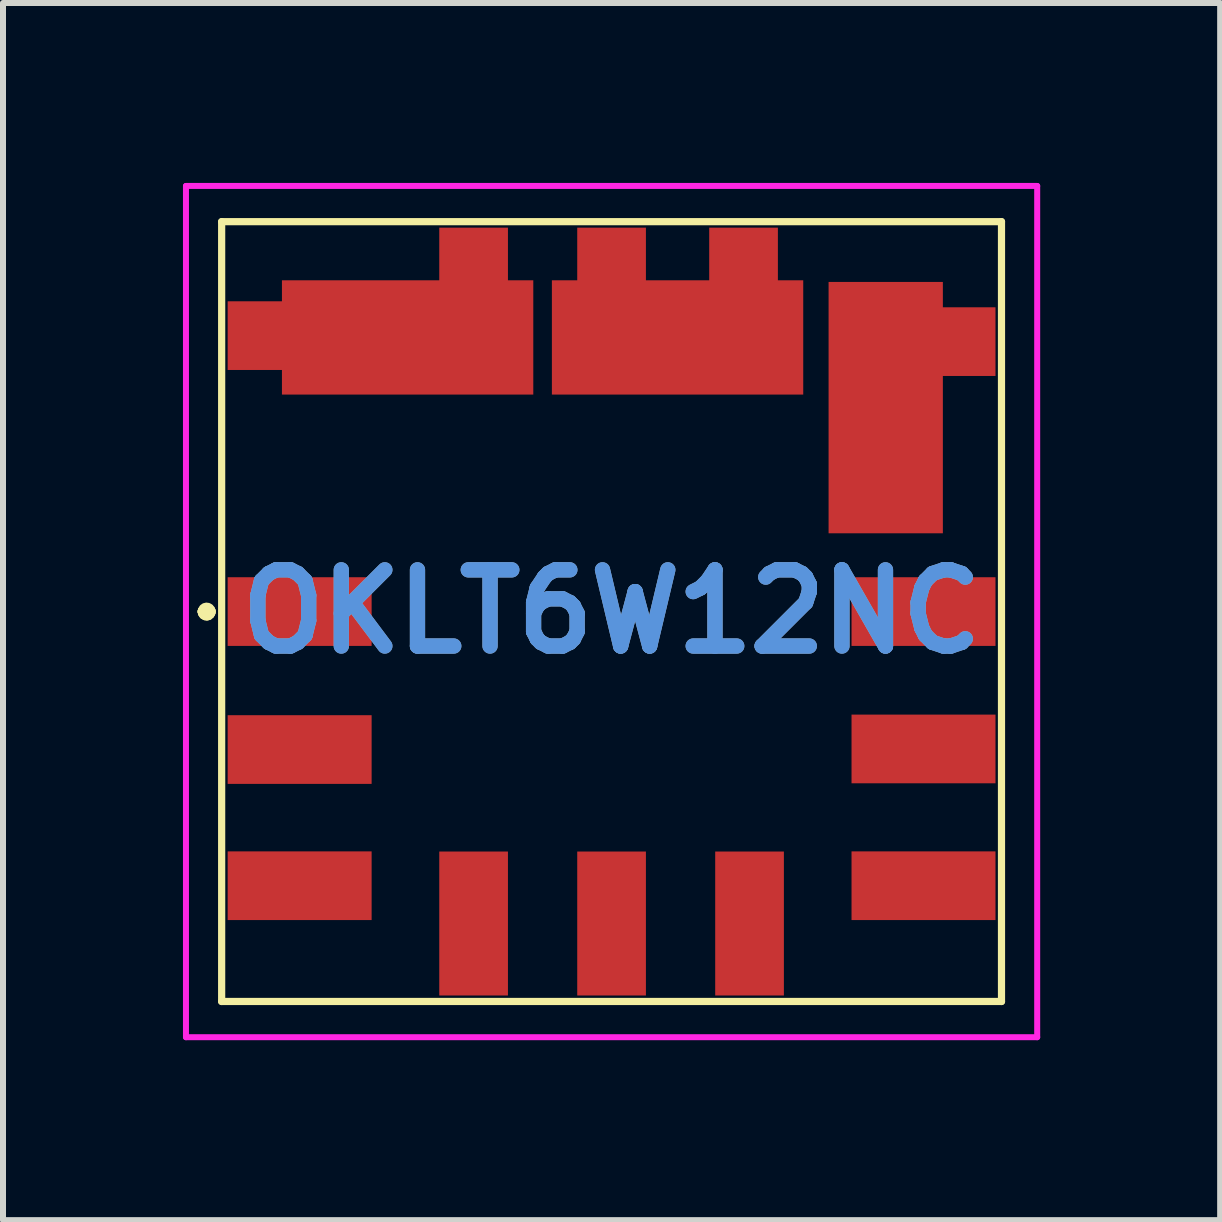
<source format=kicad_pcb>
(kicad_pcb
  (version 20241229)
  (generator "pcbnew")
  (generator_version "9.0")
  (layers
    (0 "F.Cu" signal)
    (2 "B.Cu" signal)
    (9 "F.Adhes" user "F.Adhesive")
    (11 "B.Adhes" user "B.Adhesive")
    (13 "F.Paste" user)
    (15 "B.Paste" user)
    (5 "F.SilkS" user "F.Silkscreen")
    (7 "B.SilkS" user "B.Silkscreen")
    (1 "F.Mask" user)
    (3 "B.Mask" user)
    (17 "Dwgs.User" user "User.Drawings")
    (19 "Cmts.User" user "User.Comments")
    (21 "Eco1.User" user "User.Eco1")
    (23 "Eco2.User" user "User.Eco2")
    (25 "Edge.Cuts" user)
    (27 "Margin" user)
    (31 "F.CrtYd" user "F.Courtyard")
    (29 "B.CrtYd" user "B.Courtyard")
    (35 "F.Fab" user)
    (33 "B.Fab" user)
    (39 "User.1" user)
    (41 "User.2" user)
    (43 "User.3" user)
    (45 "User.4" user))
  (footprint "OKLT6W12NC"
    (layer "F.Cu")
    (at 7.145 7.145)
    (property "Reference" "OKLT6W12NC" (at 0 0 0) (layer "Cmts.User") (effects (font (size 1.27 1.27) (thickness 0.254))))
    (attr smd)
    (fp_line (start -6.8 0) (end -6.8 0) (stroke (width 0.2) (type solid)) (layer "F.SilkS"))
    (fp_line (start -6.8 0) (end -6.8 0) (stroke (width 0.2) (type solid)) (layer "F.SilkS"))
    (fp_line (start -6.7 0) (end -6.7 0) (stroke (width 0.2) (type solid)) (layer "F.SilkS"))
    (fp_line (start -6.5 -6.5) (end -6.5 6.5) (stroke (width 0.12) (type solid)) (layer "F.SilkS"))
    (fp_line (start -6.5 6.5) (end 6.5 6.5) (stroke (width 0.12) (type solid)) (layer "F.SilkS"))
    (fp_line (start 6.5 -6.5) (end -6.5 -6.5) (stroke (width 0.12) (type solid)) (layer "F.SilkS"))
    (fp_line (start 6.5 6.5) (end 6.5 -6.5) (stroke (width 0.12) (type solid)) (layer "F.SilkS"))
    (fp_arc (start -6.8 0) (mid -6.75 -0.05) (end -6.7 0) (stroke (width 0.2) (type solid)) (layer "F.SilkS"))
    (fp_arc (start -6.7 0) (mid -6.75 0.05) (end -6.8 0) (stroke (width 0.2) (type solid)) (layer "F.SilkS"))
    (fp_arc (start -6.7 0) (mid -6.75 0.05) (end -6.8 0) (stroke (width 0.2) (type solid)) (layer "F.SilkS"))
    (fp_line (start -7.095 -7.095) (end 7.095 -7.095) (stroke (width 0.1) (type solid)) (layer "F.CrtYd"))
    (fp_line (start -7.095 7.095) (end -7.095 -7.095) (stroke (width 0.1) (type solid)) (layer "F.CrtYd"))
    (fp_line (start 7.095 -7.095) (end 7.095 7.095) (stroke (width 0.1) (type solid)) (layer "F.CrtYd"))
    (fp_line (start 7.095 7.095) (end -7.095 7.095) (stroke (width 0.1) (type solid)) (layer "F.CrtYd"))
    (fp_text user "${REFERENCE}" (at 0 0 0) (layer "F.Fab") (effects (font (size 1.27 1.27) (thickness 0.254))))
    (pad "1" smd rect (at -5.2 0 90) (size 1.145 2.4) (layers "F.Cu" "F.Mask" "F.Paste"))
    (pad "2" smd rect (at -5.9 -4.6 90) (size 1.145 1) (layers "F.Cu" "F.Mask" "F.Paste"))
    (pad "2" smd rect (at -3.4 -4.57 90) (size 1.905 4.19) (layers "F.Cu" "F.Mask" "F.Paste"))
    (pad "2" smd rect (at -2.3 -5.9 180) (size 1.145 1) (layers "F.Cu" "F.Mask" "F.Paste"))
    (pad "3" smd rect (at 0 -5.9 180) (size 1.145 1) (layers "F.Cu" "F.Mask" "F.Paste"))
    (pad "3" smd rect (at 1.1 -4.57 90) (size 1.905 4.19) (layers "F.Cu" "F.Mask" "F.Paste"))
    (pad "3" smd rect (at 2.2 -5.9 180) (size 1.145 1) (layers "F.Cu" "F.Mask" "F.Paste"))
    (pad "4" smd rect (at 4.57 -3.4) (size 1.905 4.19) (layers "F.Cu" "F.Mask" "F.Paste"))
    (pad "4" smd rect (at 5.9 -4.5 90) (size 1.145 1) (layers "F.Cu" "F.Mask" "F.Paste"))
    (pad "5" smd rect (at 5.2 0 90) (size 1.145 2.4) (layers "F.Cu" "F.Mask" "F.Paste"))
    (pad "6" smd rect (at 5.2 4.57 90) (size 1.145 2.4) (layers "F.Cu" "F.Mask" "F.Paste"))
    (pad "7" smd rect (at 0 5.2 90) (size 2.4 1.145) (layers "F.Cu" "F.Mask" "F.Paste"))
    (pad "8" smd rect (at -2.3 5.2 90) (size 2.4 1.145) (layers "F.Cu" "F.Mask" "F.Paste"))
    (pad "9" smd rect (at -5.2 4.57 90) (size 1.145 2.4) (layers "F.Cu" "F.Mask" "F.Paste"))
    (pad "10" smd rect (at -5.2 2.3 90) (size 1.145 2.4) (layers "F.Cu" "F.Mask" "F.Paste"))
    (pad "11" smd rect (at 5.2 2.29 90) (size 1.145 2.4) (layers "F.Cu" "F.Mask" "F.Paste"))
    (pad "12" smd rect (at 2.3 5.2 90) (size 2.4 1.145) (layers "F.Cu" "F.Mask" "F.Paste")))
  (gr_rect
    (start -3 -3)
    (end 17.29 17.29)
    (stroke (width 0.1) (type default))
    (fill no)
    (layer "Edge.Cuts")))
</source>
